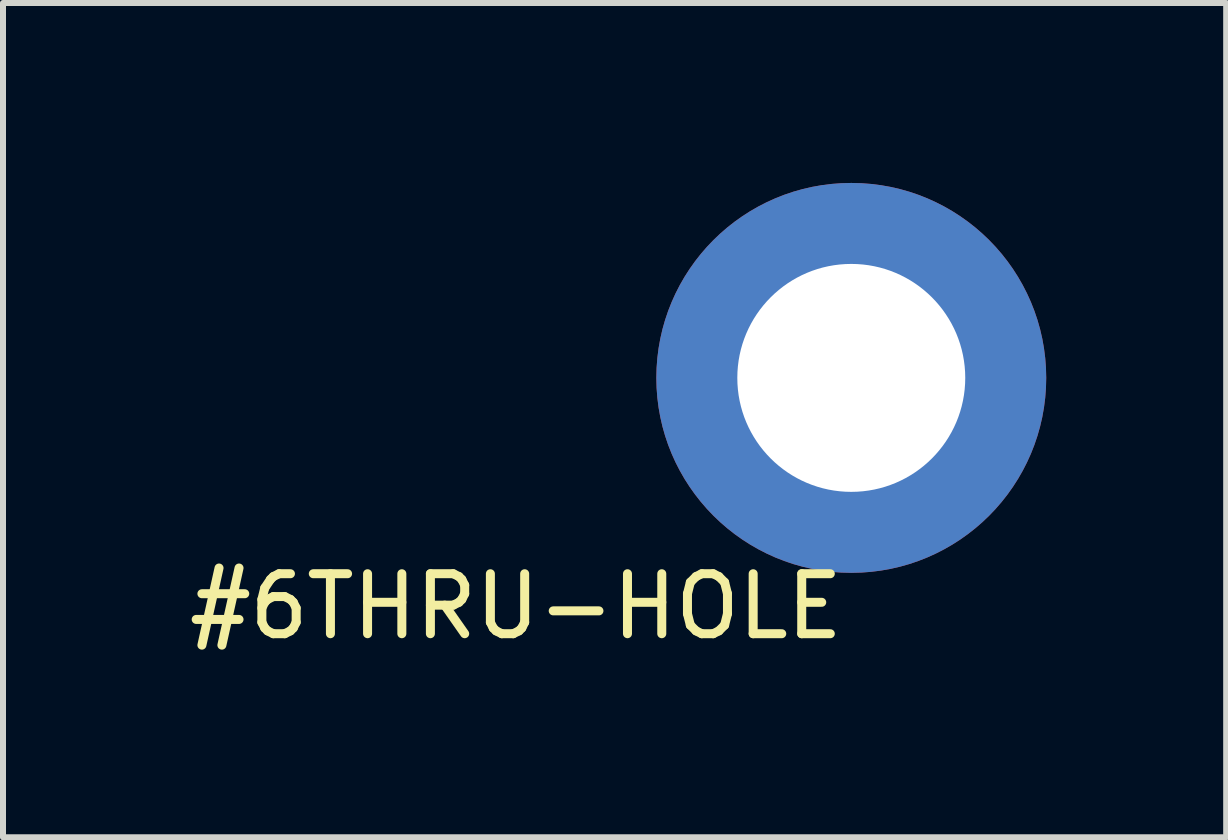
<source format=kicad_pcb>
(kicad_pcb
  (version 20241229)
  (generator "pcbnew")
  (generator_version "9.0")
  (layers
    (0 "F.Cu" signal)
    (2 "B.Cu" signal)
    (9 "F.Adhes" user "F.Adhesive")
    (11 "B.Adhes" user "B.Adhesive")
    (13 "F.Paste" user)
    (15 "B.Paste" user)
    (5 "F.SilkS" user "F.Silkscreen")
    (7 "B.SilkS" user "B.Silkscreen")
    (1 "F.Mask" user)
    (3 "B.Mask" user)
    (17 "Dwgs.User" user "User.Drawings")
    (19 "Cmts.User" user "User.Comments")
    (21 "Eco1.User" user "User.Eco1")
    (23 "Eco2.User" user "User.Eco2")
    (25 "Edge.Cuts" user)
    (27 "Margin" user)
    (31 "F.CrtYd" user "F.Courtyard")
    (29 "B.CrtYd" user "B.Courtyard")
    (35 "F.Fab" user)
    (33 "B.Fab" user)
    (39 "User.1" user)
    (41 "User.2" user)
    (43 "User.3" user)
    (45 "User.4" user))
  (footprint "#6THRU-HOLE"
    (layer "F.Cu")
    (at 11.142 3.25)
    (property "Reference" "#6THRU-HOLE" (at -5.588 3.81 0) (layer "F.SilkS") (effects (font (size 1 1) (thickness 0.15))))
    (attr through_hole)
    (pad "" np_thru_hole circle (at 0 0) (size 6.5 6.5) (drill 3.8) (layers "*.Cu" "*.Mask")))
  (gr_rect
    (start -3 -3)
    (end 17.392 10.908)
    (stroke (width 0.1) (type default))
    (fill no)
    (layer "Edge.Cuts")))
</source>
